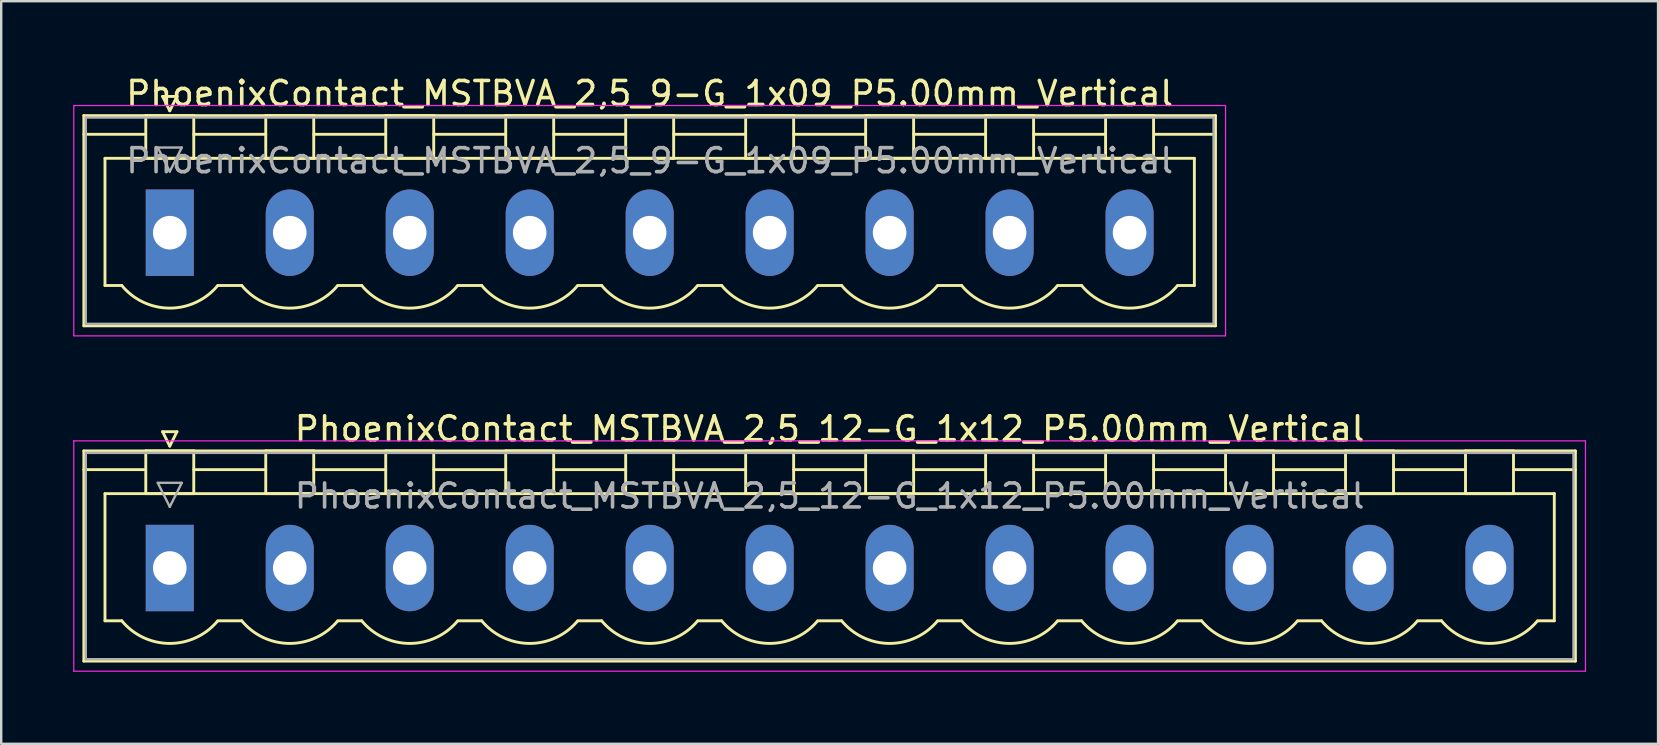
<source format=kicad_pcb>
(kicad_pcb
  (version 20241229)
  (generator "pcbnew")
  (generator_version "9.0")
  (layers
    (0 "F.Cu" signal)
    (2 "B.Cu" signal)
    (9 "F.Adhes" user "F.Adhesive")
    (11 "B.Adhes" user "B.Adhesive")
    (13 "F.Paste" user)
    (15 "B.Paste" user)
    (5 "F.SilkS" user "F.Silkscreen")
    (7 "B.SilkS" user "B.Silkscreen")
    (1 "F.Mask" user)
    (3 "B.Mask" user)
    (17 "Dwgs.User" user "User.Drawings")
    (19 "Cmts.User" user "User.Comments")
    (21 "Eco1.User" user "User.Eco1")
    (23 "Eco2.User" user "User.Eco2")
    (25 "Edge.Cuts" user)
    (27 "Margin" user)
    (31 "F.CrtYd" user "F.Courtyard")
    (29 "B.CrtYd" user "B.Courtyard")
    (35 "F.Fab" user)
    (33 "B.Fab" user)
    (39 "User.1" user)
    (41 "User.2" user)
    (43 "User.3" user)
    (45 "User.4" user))
  (footprint "PhoenixContact_MSTBVA_2,5_9-G_1x09_P5.00mm_Vertical"
    (layer "F.Cu")
    (at 4.025 6.648)
    (property "Reference" "PhoenixContact_MSTBVA_2,5_9-G_1x09_P5.00mm_Vertical" (at 20 -5.8 0) (layer "F.SilkS") (effects (font (size 1 1) (thickness 0.15))))
    (attr through_hole)
    (fp_line (start -3.58 -4.88) (end -3.58 3.88) (stroke (width 0.12) (type solid)) (layer "F.SilkS"))
    (fp_line (start -3.58 -4.1) (end -1.08 -4.1) (stroke (width 0.12) (type solid)) (layer "F.SilkS"))
    (fp_line (start -3.58 3.88) (end 43.58 3.88) (stroke (width 0.12) (type solid)) (layer "F.SilkS"))
    (fp_line (start -2.7 -3.1) (end 42.7 -3.1) (stroke (width 0.12) (type solid)) (layer "F.SilkS"))
    (fp_line (start -2.7 2.2) (end -2.7 -3.1) (stroke (width 0.12) (type solid)) (layer "F.SilkS"))
    (fp_line (start -2 2.2) (end -2.7 2.2) (stroke (width 0.12) (type solid)) (layer "F.SilkS"))
    (fp_line (start -1 -4.88) (end 1 -4.88) (stroke (width 0.12) (type solid)) (layer "F.SilkS"))
    (fp_line (start -1 -3.1) (end -1 -4.88) (stroke (width 0.12) (type solid)) (layer "F.SilkS"))
    (fp_line (start -0.3 -5.68) (end 0.3 -5.68) (stroke (width 0.12) (type solid)) (layer "F.SilkS"))
    (fp_line (start 0 -5.08) (end -0.3 -5.68) (stroke (width 0.12) (type solid)) (layer "F.SilkS"))
    (fp_line (start 0.3 -5.68) (end 0 -5.08) (stroke (width 0.12) (type solid)) (layer "F.SilkS"))
    (fp_line (start 1 -4.88) (end 1 -3.1) (stroke (width 0.12) (type solid)) (layer "F.SilkS"))
    (fp_line (start 1 -4.1) (end 4 -4.1) (stroke (width 0.12) (type solid)) (layer "F.SilkS"))
    (fp_line (start 1 -3.1) (end -1 -3.1) (stroke (width 0.12) (type solid)) (layer "F.SilkS"))
    (fp_line (start 2 2.2) (end 3 2.2) (stroke (width 0.12) (type solid)) (layer "F.SilkS"))
    (fp_line (start 4 -4.88) (end 6 -4.88) (stroke (width 0.12) (type solid)) (layer "F.SilkS"))
    (fp_line (start 4 -3.1) (end 4 -4.88) (stroke (width 0.12) (type solid)) (layer "F.SilkS"))
    (fp_line (start 6 -4.88) (end 6 -3.1) (stroke (width 0.12) (type solid)) (layer "F.SilkS"))
    (fp_line (start 6 -4.1) (end 9 -4.1) (stroke (width 0.12) (type solid)) (layer "F.SilkS"))
    (fp_line (start 6 -3.1) (end 4 -3.1) (stroke (width 0.12) (type solid)) (layer "F.SilkS"))
    (fp_line (start 7 2.2) (end 8 2.2) (stroke (width 0.12) (type solid)) (layer "F.SilkS"))
    (fp_line (start 9 -4.88) (end 11 -4.88) (stroke (width 0.12) (type solid)) (layer "F.SilkS"))
    (fp_line (start 9 -3.1) (end 9 -4.88) (stroke (width 0.12) (type solid)) (layer "F.SilkS"))
    (fp_line (start 11 -4.88) (end 11 -3.1) (stroke (width 0.12) (type solid)) (layer "F.SilkS"))
    (fp_line (start 11 -4.1) (end 14 -4.1) (stroke (width 0.12) (type solid)) (layer "F.SilkS"))
    (fp_line (start 11 -3.1) (end 9 -3.1) (stroke (width 0.12) (type solid)) (layer "F.SilkS"))
    (fp_line (start 12 2.2) (end 13 2.2) (stroke (width 0.12) (type solid)) (layer "F.SilkS"))
    (fp_line (start 14 -4.88) (end 16 -4.88) (stroke (width 0.12) (type solid)) (layer "F.SilkS"))
    (fp_line (start 14 -3.1) (end 14 -4.88) (stroke (width 0.12) (type solid)) (layer "F.SilkS"))
    (fp_line (start 16 -4.88) (end 16 -3.1) (stroke (width 0.12) (type solid)) (layer "F.SilkS"))
    (fp_line (start 16 -4.1) (end 19 -4.1) (stroke (width 0.12) (type solid)) (layer "F.SilkS"))
    (fp_line (start 16 -3.1) (end 14 -3.1) (stroke (width 0.12) (type solid)) (layer "F.SilkS"))
    (fp_line (start 17 2.2) (end 18 2.2) (stroke (width 0.12) (type solid)) (layer "F.SilkS"))
    (fp_line (start 19 -4.88) (end 21 -4.88) (stroke (width 0.12) (type solid)) (layer "F.SilkS"))
    (fp_line (start 19 -3.1) (end 19 -4.88) (stroke (width 0.12) (type solid)) (layer "F.SilkS"))
    (fp_line (start 21 -4.88) (end 21 -3.1) (stroke (width 0.12) (type solid)) (layer "F.SilkS"))
    (fp_line (start 21 -4.1) (end 24 -4.1) (stroke (width 0.12) (type solid)) (layer "F.SilkS"))
    (fp_line (start 21 -3.1) (end 19 -3.1) (stroke (width 0.12) (type solid)) (layer "F.SilkS"))
    (fp_line (start 22 2.2) (end 23 2.2) (stroke (width 0.12) (type solid)) (layer "F.SilkS"))
    (fp_line (start 24 -4.88) (end 26 -4.88) (stroke (width 0.12) (type solid)) (layer "F.SilkS"))
    (fp_line (start 24 -3.1) (end 24 -4.88) (stroke (width 0.12) (type solid)) (layer "F.SilkS"))
    (fp_line (start 26 -4.88) (end 26 -3.1) (stroke (width 0.12) (type solid)) (layer "F.SilkS"))
    (fp_line (start 26 -4.1) (end 29 -4.1) (stroke (width 0.12) (type solid)) (layer "F.SilkS"))
    (fp_line (start 26 -3.1) (end 24 -3.1) (stroke (width 0.12) (type solid)) (layer "F.SilkS"))
    (fp_line (start 27 2.2) (end 28 2.2) (stroke (width 0.12) (type solid)) (layer "F.SilkS"))
    (fp_line (start 29 -4.88) (end 31 -4.88) (stroke (width 0.12) (type solid)) (layer "F.SilkS"))
    (fp_line (start 29 -3.1) (end 29 -4.88) (stroke (width 0.12) (type solid)) (layer "F.SilkS"))
    (fp_line (start 31 -4.88) (end 31 -3.1) (stroke (width 0.12) (type solid)) (layer "F.SilkS"))
    (fp_line (start 31 -4.1) (end 34 -4.1) (stroke (width 0.12) (type solid)) (layer "F.SilkS"))
    (fp_line (start 31 -3.1) (end 29 -3.1) (stroke (width 0.12) (type solid)) (layer "F.SilkS"))
    (fp_line (start 32 2.2) (end 33 2.2) (stroke (width 0.12) (type solid)) (layer "F.SilkS"))
    (fp_line (start 34 -4.88) (end 36 -4.88) (stroke (width 0.12) (type solid)) (layer "F.SilkS"))
    (fp_line (start 34 -3.1) (end 34 -4.88) (stroke (width 0.12) (type solid)) (layer "F.SilkS"))
    (fp_line (start 36 -4.88) (end 36 -3.1) (stroke (width 0.12) (type solid)) (layer "F.SilkS"))
    (fp_line (start 36 -4.1) (end 39 -4.1) (stroke (width 0.12) (type solid)) (layer "F.SilkS"))
    (fp_line (start 36 -3.1) (end 34 -3.1) (stroke (width 0.12) (type solid)) (layer "F.SilkS"))
    (fp_line (start 37 2.2) (end 38 2.2) (stroke (width 0.12) (type solid)) (layer "F.SilkS"))
    (fp_line (start 39 -4.88) (end 41 -4.88) (stroke (width 0.12) (type solid)) (layer "F.SilkS"))
    (fp_line (start 39 -3.1) (end 39 -4.88) (stroke (width 0.12) (type solid)) (layer "F.SilkS"))
    (fp_line (start 41 -4.88) (end 41 -3.1) (stroke (width 0.12) (type solid)) (layer "F.SilkS"))
    (fp_line (start 41 -3.1) (end 39 -3.1) (stroke (width 0.12) (type solid)) (layer "F.SilkS"))
    (fp_line (start 42.7 -3.1) (end 42.7 2.2) (stroke (width 0.12) (type solid)) (layer "F.SilkS"))
    (fp_line (start 42.7 2.2) (end 42 2.2) (stroke (width 0.12) (type solid)) (layer "F.SilkS"))
    (fp_line (start 43.58 -4.88) (end -3.58 -4.88) (stroke (width 0.12) (type solid)) (layer "F.SilkS"))
    (fp_line (start 43.58 -4.1) (end 41.08 -4.1) (stroke (width 0.12) (type solid)) (layer "F.SilkS"))
    (fp_line (start 43.58 3.88) (end 43.58 -4.88) (stroke (width 0.12) (type solid)) (layer "F.SilkS"))
    (fp_arc (start 1.986842 2.215821) (mid -0.010289 3.142758) (end -2 2.2) (stroke (width 0.12) (type solid)) (layer "F.SilkS"))
    (fp_arc (start 6.986842 2.215821) (mid 4.989711 3.142758) (end 3 2.2) (stroke (width 0.12) (type solid)) (layer "F.SilkS"))
    (fp_arc (start 11.986842 2.215821) (mid 9.989711 3.142758) (end 8 2.2) (stroke (width 0.12) (type solid)) (layer "F.SilkS"))
    (fp_arc (start 16.986842 2.215821) (mid 14.989711 3.142758) (end 13 2.2) (stroke (width 0.12) (type solid)) (layer "F.SilkS"))
    (fp_arc (start 21.986842 2.215821) (mid 19.989711 3.142758) (end 18 2.2) (stroke (width 0.12) (type solid)) (layer "F.SilkS"))
    (fp_arc (start 26.986842 2.215821) (mid 24.989711 3.142758) (end 23 2.2) (stroke (width 0.12) (type solid)) (layer "F.SilkS"))
    (fp_arc (start 31.986842 2.215821) (mid 29.989711 3.142758) (end 28 2.2) (stroke (width 0.12) (type solid)) (layer "F.SilkS"))
    (fp_arc (start 36.986842 2.215821) (mid 34.989711 3.142758) (end 33 2.2) (stroke (width 0.12) (type solid)) (layer "F.SilkS"))
    (fp_arc (start 41.986842 2.215821) (mid 39.989711 3.142758) (end 38 2.2) (stroke (width 0.12) (type solid)) (layer "F.SilkS"))
    (fp_line (start -4 -5.3) (end -4 4.3) (stroke (width 0.05) (type solid)) (layer "F.CrtYd"))
    (fp_line (start -4 4.3) (end 44 4.3) (stroke (width 0.05) (type solid)) (layer "F.CrtYd"))
    (fp_line (start 44 -5.3) (end -4 -5.3) (stroke (width 0.05) (type solid)) (layer "F.CrtYd"))
    (fp_line (start 44 4.3) (end 44 -5.3) (stroke (width 0.05) (type solid)) (layer "F.CrtYd"))
    (fp_line (start -3.5 -4.8) (end -3.5 3.8) (stroke (width 0.1) (type solid)) (layer "F.Fab"))
    (fp_line (start -3.5 3.8) (end 43.5 3.8) (stroke (width 0.1) (type solid)) (layer "F.Fab"))
    (fp_line (start -0.5 -3.55) (end 0.5 -3.55) (stroke (width 0.1) (type solid)) (layer "F.Fab"))
    (fp_line (start 0 -2.55) (end -0.5 -3.55) (stroke (width 0.1) (type solid)) (layer "F.Fab"))
    (fp_line (start 0.5 -3.55) (end 0 -2.55) (stroke (width 0.1) (type solid)) (layer "F.Fab"))
    (fp_line (start 43.5 -4.8) (end -3.5 -4.8) (stroke (width 0.1) (type solid)) (layer "F.Fab"))
    (fp_line (start 43.5 3.8) (end 43.5 -4.8) (stroke (width 0.1) (type solid)) (layer "F.Fab"))
    (fp_text user "${REFERENCE}" (at 20 -3 0) (layer "F.Fab") (effects (font (size 1 1) (thickness 0.15))))
    (pad "1" thru_hole rect (at 0 0) (size 2 3.6) (drill 1.4) (layers "*.Cu" "*.Mask"))
    (pad "2" thru_hole oval (at 5 0) (size 2 3.6) (drill 1.4) (layers "*.Cu" "*.Mask"))
    (pad "3" thru_hole oval (at 10 0) (size 2 3.6) (drill 1.4) (layers "*.Cu" "*.Mask"))
    (pad "4" thru_hole oval (at 15 0) (size 2 3.6) (drill 1.4) (layers "*.Cu" "*.Mask"))
    (pad "5" thru_hole oval (at 20 0) (size 2 3.6) (drill 1.4) (layers "*.Cu" "*.Mask"))
    (pad "6" thru_hole oval (at 25 0) (size 2 3.6) (drill 1.4) (layers "*.Cu" "*.Mask"))
    (pad "7" thru_hole oval (at 30 0) (size 2 3.6) (drill 1.4) (layers "*.Cu" "*.Mask"))
    (pad "8" thru_hole oval (at 35 0) (size 2 3.6) (drill 1.4) (layers "*.Cu" "*.Mask"))
    (pad "9" thru_hole oval (at 40 0) (size 2 3.6) (drill 1.4) (layers "*.Cu" "*.Mask")))
  (footprint "PhoenixContact_MSTBVA_2,5_12-G_1x12_P5.00mm_Vertical"
    (layer "F.Cu")
    (at 4.025 20.622)
    (property "Reference" "PhoenixContact_MSTBVA_2,5_12-G_1x12_P5.00mm_Vertical" (at 27.5 -5.8 0) (layer "F.SilkS") (effects (font (size 1 1) (thickness 0.15))))
    (attr through_hole)
    (fp_line (start -3.58 -4.88) (end -3.58 3.88) (stroke (width 0.12) (type solid)) (layer "F.SilkS"))
    (fp_line (start -3.58 -4.1) (end -1.08 -4.1) (stroke (width 0.12) (type solid)) (layer "F.SilkS"))
    (fp_line (start -3.58 3.88) (end 58.58 3.88) (stroke (width 0.12) (type solid)) (layer "F.SilkS"))
    (fp_line (start -2.7 -3.1) (end 57.7 -3.1) (stroke (width 0.12) (type solid)) (layer "F.SilkS"))
    (fp_line (start -2.7 2.2) (end -2.7 -3.1) (stroke (width 0.12) (type solid)) (layer "F.SilkS"))
    (fp_line (start -2 2.2) (end -2.7 2.2) (stroke (width 0.12) (type solid)) (layer "F.SilkS"))
    (fp_line (start -1 -4.88) (end 1 -4.88) (stroke (width 0.12) (type solid)) (layer "F.SilkS"))
    (fp_line (start -1 -3.1) (end -1 -4.88) (stroke (width 0.12) (type solid)) (layer "F.SilkS"))
    (fp_line (start -0.3 -5.68) (end 0.3 -5.68) (stroke (width 0.12) (type solid)) (layer "F.SilkS"))
    (fp_line (start 0 -5.08) (end -0.3 -5.68) (stroke (width 0.12) (type solid)) (layer "F.SilkS"))
    (fp_line (start 0.3 -5.68) (end 0 -5.08) (stroke (width 0.12) (type solid)) (layer "F.SilkS"))
    (fp_line (start 1 -4.88) (end 1 -3.1) (stroke (width 0.12) (type solid)) (layer "F.SilkS"))
    (fp_line (start 1 -4.1) (end 4 -4.1) (stroke (width 0.12) (type solid)) (layer "F.SilkS"))
    (fp_line (start 1 -3.1) (end -1 -3.1) (stroke (width 0.12) (type solid)) (layer "F.SilkS"))
    (fp_line (start 2 2.2) (end 3 2.2) (stroke (width 0.12) (type solid)) (layer "F.SilkS"))
    (fp_line (start 4 -4.88) (end 6 -4.88) (stroke (width 0.12) (type solid)) (layer "F.SilkS"))
    (fp_line (start 4 -3.1) (end 4 -4.88) (stroke (width 0.12) (type solid)) (layer "F.SilkS"))
    (fp_line (start 6 -4.88) (end 6 -3.1) (stroke (width 0.12) (type solid)) (layer "F.SilkS"))
    (fp_line (start 6 -4.1) (end 9 -4.1) (stroke (width 0.12) (type solid)) (layer "F.SilkS"))
    (fp_line (start 6 -3.1) (end 4 -3.1) (stroke (width 0.12) (type solid)) (layer "F.SilkS"))
    (fp_line (start 7 2.2) (end 8 2.2) (stroke (width 0.12) (type solid)) (layer "F.SilkS"))
    (fp_line (start 9 -4.88) (end 11 -4.88) (stroke (width 0.12) (type solid)) (layer "F.SilkS"))
    (fp_line (start 9 -3.1) (end 9 -4.88) (stroke (width 0.12) (type solid)) (layer "F.SilkS"))
    (fp_line (start 11 -4.88) (end 11 -3.1) (stroke (width 0.12) (type solid)) (layer "F.SilkS"))
    (fp_line (start 11 -4.1) (end 14 -4.1) (stroke (width 0.12) (type solid)) (layer "F.SilkS"))
    (fp_line (start 11 -3.1) (end 9 -3.1) (stroke (width 0.12) (type solid)) (layer "F.SilkS"))
    (fp_line (start 12 2.2) (end 13 2.2) (stroke (width 0.12) (type solid)) (layer "F.SilkS"))
    (fp_line (start 14 -4.88) (end 16 -4.88) (stroke (width 0.12) (type solid)) (layer "F.SilkS"))
    (fp_line (start 14 -3.1) (end 14 -4.88) (stroke (width 0.12) (type solid)) (layer "F.SilkS"))
    (fp_line (start 16 -4.88) (end 16 -3.1) (stroke (width 0.12) (type solid)) (layer "F.SilkS"))
    (fp_line (start 16 -4.1) (end 19 -4.1) (stroke (width 0.12) (type solid)) (layer "F.SilkS"))
    (fp_line (start 16 -3.1) (end 14 -3.1) (stroke (width 0.12) (type solid)) (layer "F.SilkS"))
    (fp_line (start 17 2.2) (end 18 2.2) (stroke (width 0.12) (type solid)) (layer "F.SilkS"))
    (fp_line (start 19 -4.88) (end 21 -4.88) (stroke (width 0.12) (type solid)) (layer "F.SilkS"))
    (fp_line (start 19 -3.1) (end 19 -4.88) (stroke (width 0.12) (type solid)) (layer "F.SilkS"))
    (fp_line (start 21 -4.88) (end 21 -3.1) (stroke (width 0.12) (type solid)) (layer "F.SilkS"))
    (fp_line (start 21 -4.1) (end 24 -4.1) (stroke (width 0.12) (type solid)) (layer "F.SilkS"))
    (fp_line (start 21 -3.1) (end 19 -3.1) (stroke (width 0.12) (type solid)) (layer "F.SilkS"))
    (fp_line (start 22 2.2) (end 23 2.2) (stroke (width 0.12) (type solid)) (layer "F.SilkS"))
    (fp_line (start 24 -4.88) (end 26 -4.88) (stroke (width 0.12) (type solid)) (layer "F.SilkS"))
    (fp_line (start 24 -3.1) (end 24 -4.88) (stroke (width 0.12) (type solid)) (layer "F.SilkS"))
    (fp_line (start 26 -4.88) (end 26 -3.1) (stroke (width 0.12) (type solid)) (layer "F.SilkS"))
    (fp_line (start 26 -4.1) (end 29 -4.1) (stroke (width 0.12) (type solid)) (layer "F.SilkS"))
    (fp_line (start 26 -3.1) (end 24 -3.1) (stroke (width 0.12) (type solid)) (layer "F.SilkS"))
    (fp_line (start 27 2.2) (end 28 2.2) (stroke (width 0.12) (type solid)) (layer "F.SilkS"))
    (fp_line (start 29 -4.88) (end 31 -4.88) (stroke (width 0.12) (type solid)) (layer "F.SilkS"))
    (fp_line (start 29 -3.1) (end 29 -4.88) (stroke (width 0.12) (type solid)) (layer "F.SilkS"))
    (fp_line (start 31 -4.88) (end 31 -3.1) (stroke (width 0.12) (type solid)) (layer "F.SilkS"))
    (fp_line (start 31 -4.1) (end 34 -4.1) (stroke (width 0.12) (type solid)) (layer "F.SilkS"))
    (fp_line (start 31 -3.1) (end 29 -3.1) (stroke (width 0.12) (type solid)) (layer "F.SilkS"))
    (fp_line (start 32 2.2) (end 33 2.2) (stroke (width 0.12) (type solid)) (layer "F.SilkS"))
    (fp_line (start 34 -4.88) (end 36 -4.88) (stroke (width 0.12) (type solid)) (layer "F.SilkS"))
    (fp_line (start 34 -3.1) (end 34 -4.88) (stroke (width 0.12) (type solid)) (layer "F.SilkS"))
    (fp_line (start 36 -4.88) (end 36 -3.1) (stroke (width 0.12) (type solid)) (layer "F.SilkS"))
    (fp_line (start 36 -4.1) (end 39 -4.1) (stroke (width 0.12) (type solid)) (layer "F.SilkS"))
    (fp_line (start 36 -3.1) (end 34 -3.1) (stroke (width 0.12) (type solid)) (layer "F.SilkS"))
    (fp_line (start 37 2.2) (end 38 2.2) (stroke (width 0.12) (type solid)) (layer "F.SilkS"))
    (fp_line (start 39 -4.88) (end 41 -4.88) (stroke (width 0.12) (type solid)) (layer "F.SilkS"))
    (fp_line (start 39 -3.1) (end 39 -4.88) (stroke (width 0.12) (type solid)) (layer "F.SilkS"))
    (fp_line (start 41 -4.88) (end 41 -3.1) (stroke (width 0.12) (type solid)) (layer "F.SilkS"))
    (fp_line (start 41 -4.1) (end 44 -4.1) (stroke (width 0.12) (type solid)) (layer "F.SilkS"))
    (fp_line (start 41 -3.1) (end 39 -3.1) (stroke (width 0.12) (type solid)) (layer "F.SilkS"))
    (fp_line (start 42 2.2) (end 43 2.2) (stroke (width 0.12) (type solid)) (layer "F.SilkS"))
    (fp_line (start 44 -4.88) (end 46 -4.88) (stroke (width 0.12) (type solid)) (layer "F.SilkS"))
    (fp_line (start 44 -3.1) (end 44 -4.88) (stroke (width 0.12) (type solid)) (layer "F.SilkS"))
    (fp_line (start 46 -4.88) (end 46 -3.1) (stroke (width 0.12) (type solid)) (layer "F.SilkS"))
    (fp_line (start 46 -4.1) (end 49 -4.1) (stroke (width 0.12) (type solid)) (layer "F.SilkS"))
    (fp_line (start 46 -3.1) (end 44 -3.1) (stroke (width 0.12) (type solid)) (layer "F.SilkS"))
    (fp_line (start 47 2.2) (end 48 2.2) (stroke (width 0.12) (type solid)) (layer "F.SilkS"))
    (fp_line (start 49 -4.88) (end 51 -4.88) (stroke (width 0.12) (type solid)) (layer "F.SilkS"))
    (fp_line (start 49 -3.1) (end 49 -4.88) (stroke (width 0.12) (type solid)) (layer "F.SilkS"))
    (fp_line (start 51 -4.88) (end 51 -3.1) (stroke (width 0.12) (type solid)) (layer "F.SilkS"))
    (fp_line (start 51 -4.1) (end 54 -4.1) (stroke (width 0.12) (type solid)) (layer "F.SilkS"))
    (fp_line (start 51 -3.1) (end 49 -3.1) (stroke (width 0.12) (type solid)) (layer "F.SilkS"))
    (fp_line (start 52 2.2) (end 53 2.2) (stroke (width 0.12) (type solid)) (layer "F.SilkS"))
    (fp_line (start 54 -4.88) (end 56 -4.88) (stroke (width 0.12) (type solid)) (layer "F.SilkS"))
    (fp_line (start 54 -3.1) (end 54 -4.88) (stroke (width 0.12) (type solid)) (layer "F.SilkS"))
    (fp_line (start 56 -4.88) (end 56 -3.1) (stroke (width 0.12) (type solid)) (layer "F.SilkS"))
    (fp_line (start 56 -3.1) (end 54 -3.1) (stroke (width 0.12) (type solid)) (layer "F.SilkS"))
    (fp_line (start 57.7 -3.1) (end 57.7 2.2) (stroke (width 0.12) (type solid)) (layer "F.SilkS"))
    (fp_line (start 57.7 2.2) (end 57 2.2) (stroke (width 0.12) (type solid)) (layer "F.SilkS"))
    (fp_line (start 58.58 -4.88) (end -3.58 -4.88) (stroke (width 0.12) (type solid)) (layer "F.SilkS"))
    (fp_line (start 58.58 -4.1) (end 56.08 -4.1) (stroke (width 0.12) (type solid)) (layer "F.SilkS"))
    (fp_line (start 58.58 3.88) (end 58.58 -4.88) (stroke (width 0.12) (type solid)) (layer "F.SilkS"))
    (fp_arc (start 1.986842 2.215821) (mid -0.010289 3.142758) (end -2 2.2) (stroke (width 0.12) (type solid)) (layer "F.SilkS"))
    (fp_arc (start 6.986842 2.215821) (mid 4.989711 3.142758) (end 3 2.2) (stroke (width 0.12) (type solid)) (layer "F.SilkS"))
    (fp_arc (start 11.986842 2.215821) (mid 9.989711 3.142758) (end 8 2.2) (stroke (width 0.12) (type solid)) (layer "F.SilkS"))
    (fp_arc (start 16.986842 2.215821) (mid 14.989711 3.142758) (end 13 2.2) (stroke (width 0.12) (type solid)) (layer "F.SilkS"))
    (fp_arc (start 21.986842 2.215821) (mid 19.989711 3.142758) (end 18 2.2) (stroke (width 0.12) (type solid)) (layer "F.SilkS"))
    (fp_arc (start 26.986842 2.215821) (mid 24.989711 3.142758) (end 23 2.2) (stroke (width 0.12) (type solid)) (layer "F.SilkS"))
    (fp_arc (start 31.986842 2.215821) (mid 29.989711 3.142758) (end 28 2.2) (stroke (width 0.12) (type solid)) (layer "F.SilkS"))
    (fp_arc (start 36.986842 2.215821) (mid 34.989711 3.142758) (end 33 2.2) (stroke (width 0.12) (type solid)) (layer "F.SilkS"))
    (fp_arc (start 41.986842 2.215821) (mid 39.989711 3.142758) (end 38 2.2) (stroke (width 0.12) (type solid)) (layer "F.SilkS"))
    (fp_arc (start 46.986842 2.215821) (mid 44.989711 3.142758) (end 43 2.2) (stroke (width 0.12) (type solid)) (layer "F.SilkS"))
    (fp_arc (start 51.986842 2.215821) (mid 49.989711 3.142758) (end 48 2.2) (stroke (width 0.12) (type solid)) (layer "F.SilkS"))
    (fp_arc (start 56.986842 2.215821) (mid 54.989711 3.142758) (end 53 2.2) (stroke (width 0.12) (type solid)) (layer "F.SilkS"))
    (fp_line (start -4 -5.3) (end -4 4.3) (stroke (width 0.05) (type solid)) (layer "F.CrtYd"))
    (fp_line (start -4 4.3) (end 59 4.3) (stroke (width 0.05) (type solid)) (layer "F.CrtYd"))
    (fp_line (start 59 -5.3) (end -4 -5.3) (stroke (width 0.05) (type solid)) (layer "F.CrtYd"))
    (fp_line (start 59 4.3) (end 59 -5.3) (stroke (width 0.05) (type solid)) (layer "F.CrtYd"))
    (fp_line (start -3.5 -4.8) (end -3.5 3.8) (stroke (width 0.1) (type solid)) (layer "F.Fab"))
    (fp_line (start -3.5 3.8) (end 58.5 3.8) (stroke (width 0.1) (type solid)) (layer "F.Fab"))
    (fp_line (start -0.5 -3.55) (end 0.5 -3.55) (stroke (width 0.1) (type solid)) (layer "F.Fab"))
    (fp_line (start 0 -2.55) (end -0.5 -3.55) (stroke (width 0.1) (type solid)) (layer "F.Fab"))
    (fp_line (start 0.5 -3.55) (end 0 -2.55) (stroke (width 0.1) (type solid)) (layer "F.Fab"))
    (fp_line (start 58.5 -4.8) (end -3.5 -4.8) (stroke (width 0.1) (type solid)) (layer "F.Fab"))
    (fp_line (start 58.5 3.8) (end 58.5 -4.8) (stroke (width 0.1) (type solid)) (layer "F.Fab"))
    (fp_text user "${REFERENCE}" (at 27.5 -3 0) (layer "F.Fab") (effects (font (size 1 1) (thickness 0.15))))
    (pad "1" thru_hole rect (at 0 0) (size 2 3.6) (drill 1.4) (layers "*.Cu" "*.Mask"))
    (pad "2" thru_hole oval (at 5 0) (size 2 3.6) (drill 1.4) (layers "*.Cu" "*.Mask"))
    (pad "3" thru_hole oval (at 10 0) (size 2 3.6) (drill 1.4) (layers "*.Cu" "*.Mask"))
    (pad "4" thru_hole oval (at 15 0) (size 2 3.6) (drill 1.4) (layers "*.Cu" "*.Mask"))
    (pad "5" thru_hole oval (at 20 0) (size 2 3.6) (drill 1.4) (layers "*.Cu" "*.Mask"))
    (pad "6" thru_hole oval (at 25 0) (size 2 3.6) (drill 1.4) (layers "*.Cu" "*.Mask"))
    (pad "7" thru_hole oval (at 30 0) (size 2 3.6) (drill 1.4) (layers "*.Cu" "*.Mask"))
    (pad "8" thru_hole oval (at 35 0) (size 2 3.6) (drill 1.4) (layers "*.Cu" "*.Mask"))
    (pad "9" thru_hole oval (at 40 0) (size 2 3.6) (drill 1.4) (layers "*.Cu" "*.Mask"))
    (pad "10" thru_hole oval (at 45 0) (size 2 3.6) (drill 1.4) (layers "*.Cu" "*.Mask"))
    (pad "11" thru_hole oval (at 50 0) (size 2 3.6) (drill 1.4) (layers "*.Cu" "*.Mask"))
    (pad "12" thru_hole oval (at 55 0) (size 2 3.6) (drill 1.4) (layers "*.Cu" "*.Mask")))
  (gr_rect
    (start -3 -3)
    (end 66.05 27.947)
    (stroke (width 0.1) (type default))
    (fill no)
    (layer "Edge.Cuts")))
</source>
